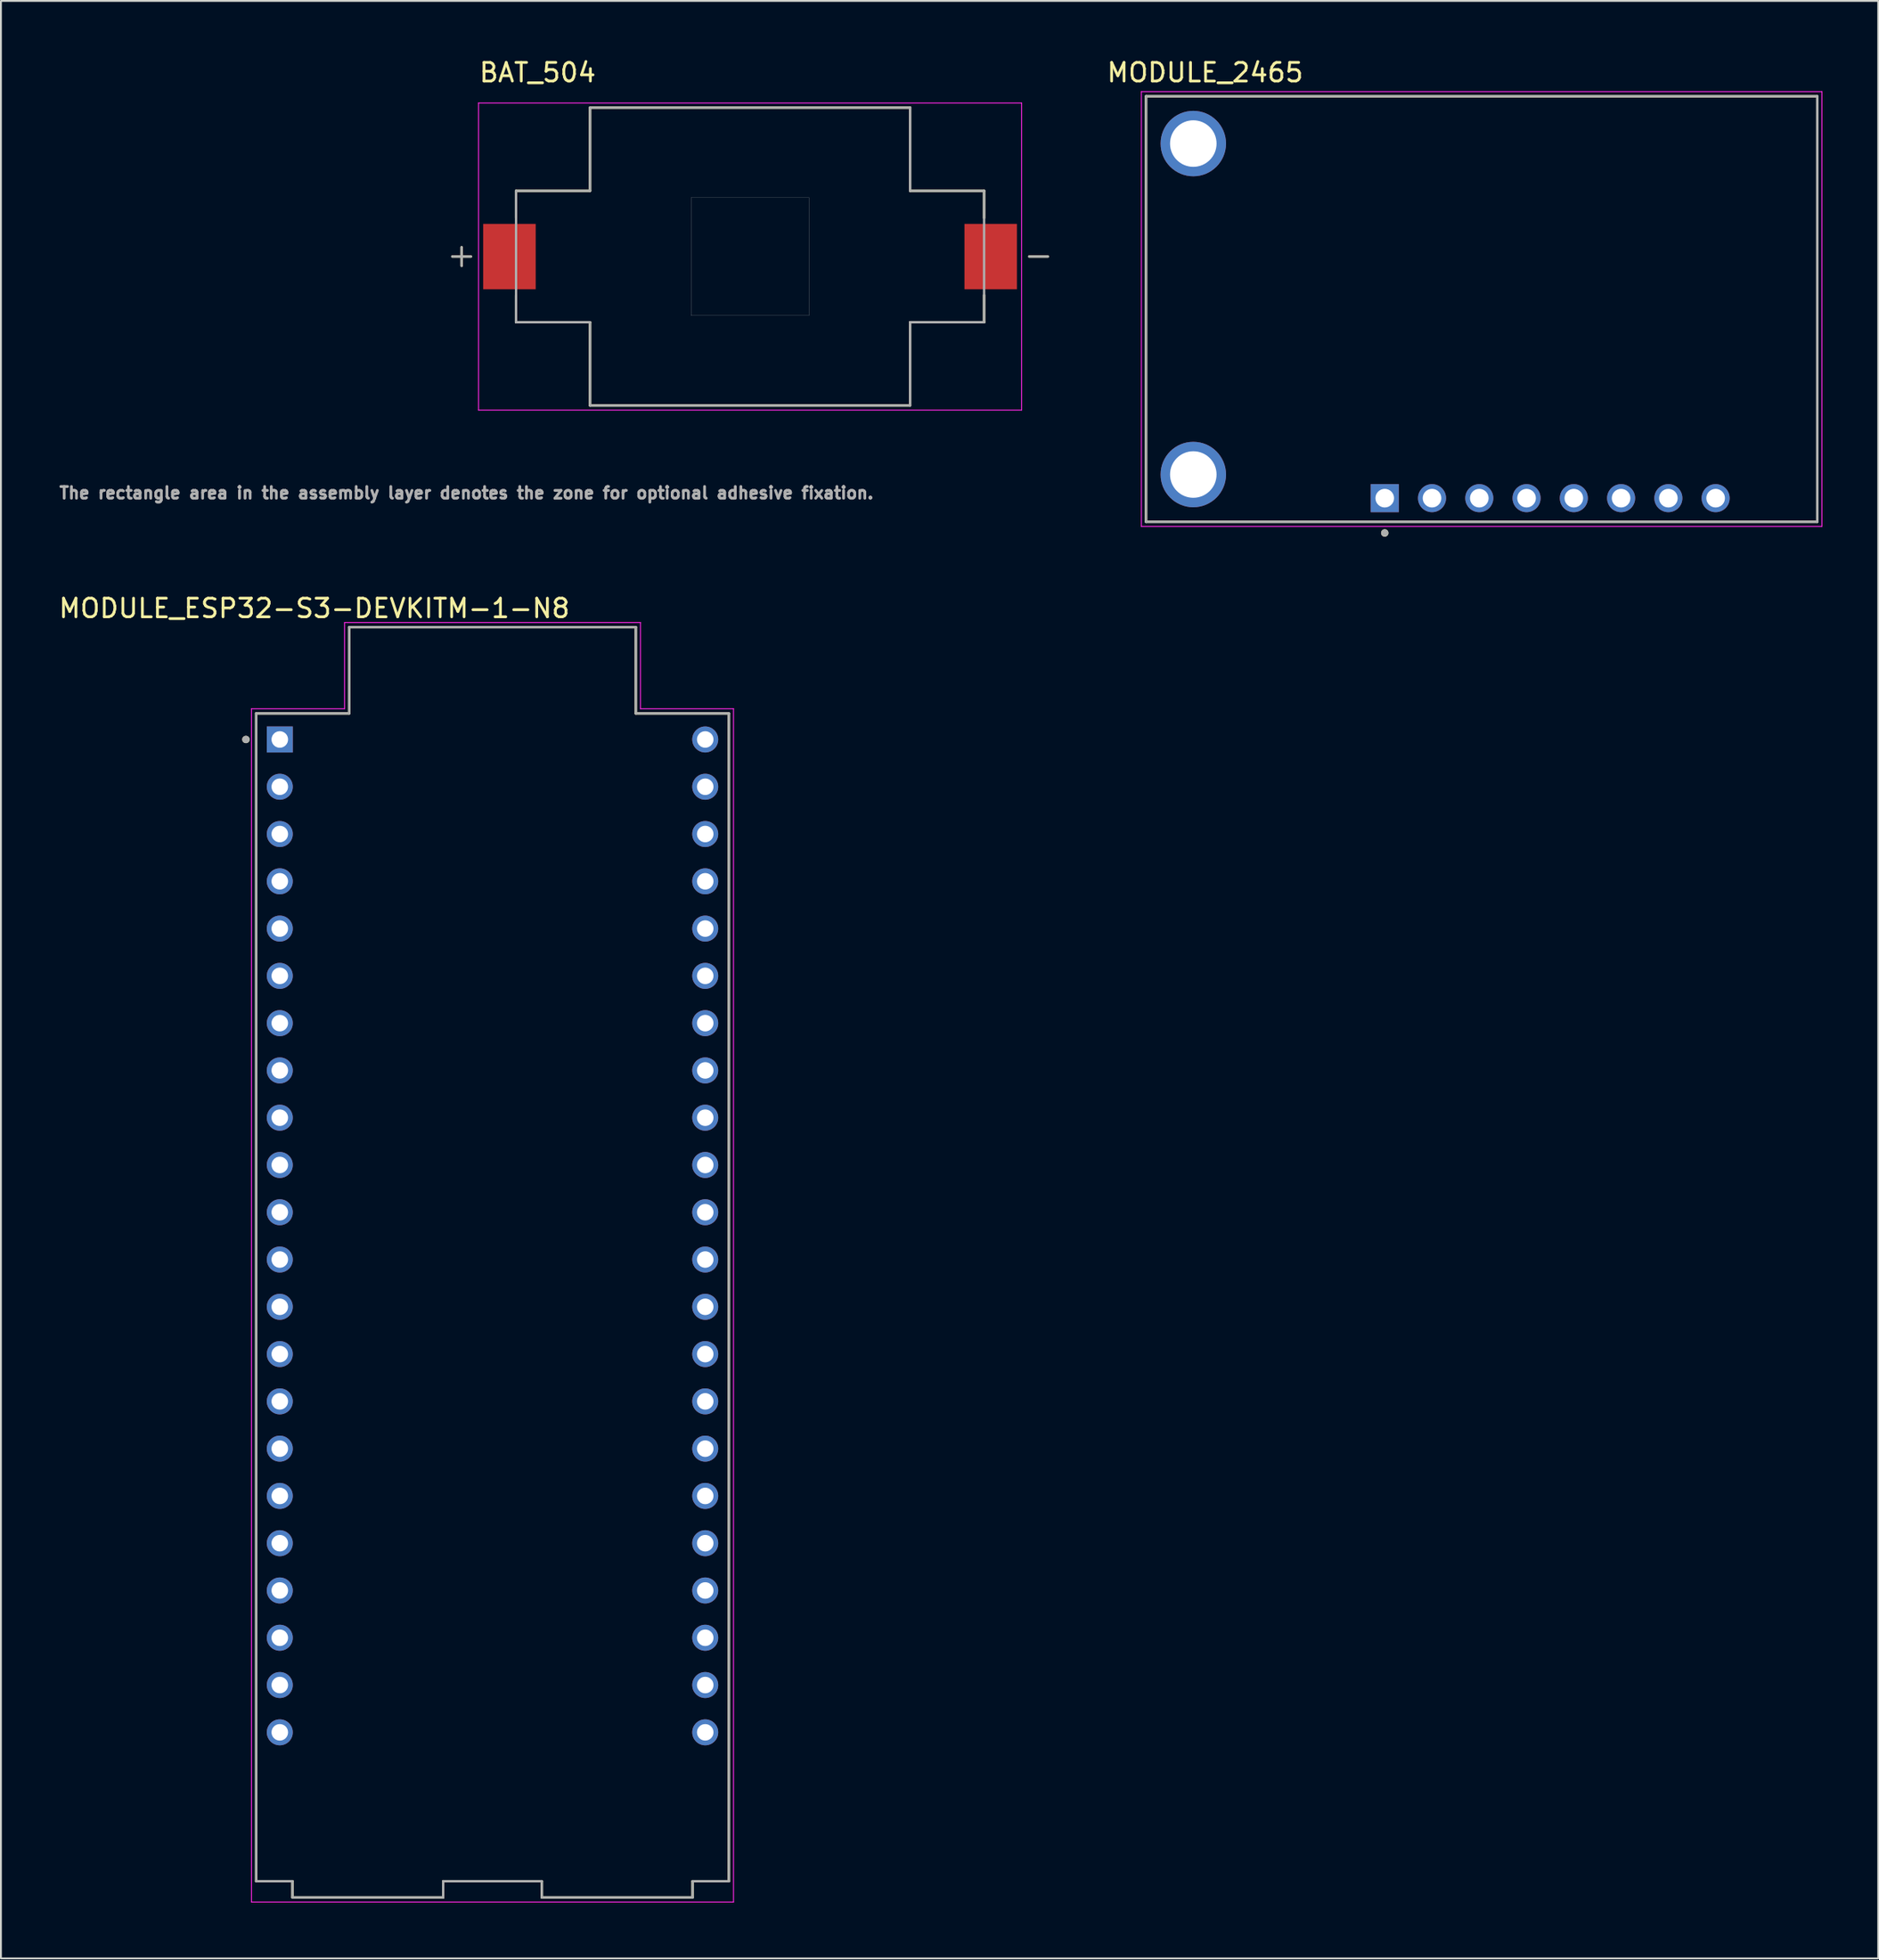
<source format=kicad_pcb>
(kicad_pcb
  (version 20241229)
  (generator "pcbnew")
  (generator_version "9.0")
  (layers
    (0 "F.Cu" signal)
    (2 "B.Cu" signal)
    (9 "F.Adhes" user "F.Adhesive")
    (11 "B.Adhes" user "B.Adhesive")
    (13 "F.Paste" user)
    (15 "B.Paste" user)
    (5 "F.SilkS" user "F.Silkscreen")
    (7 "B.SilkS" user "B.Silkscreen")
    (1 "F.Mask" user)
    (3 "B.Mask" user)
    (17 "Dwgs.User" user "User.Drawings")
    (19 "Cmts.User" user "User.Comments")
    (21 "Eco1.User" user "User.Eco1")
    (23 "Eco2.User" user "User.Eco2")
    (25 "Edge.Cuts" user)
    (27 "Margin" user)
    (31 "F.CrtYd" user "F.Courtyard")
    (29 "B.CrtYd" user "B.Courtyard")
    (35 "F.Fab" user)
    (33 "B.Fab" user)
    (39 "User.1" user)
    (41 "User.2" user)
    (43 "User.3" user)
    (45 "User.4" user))
  (footprint "MODULE_2465"
    (layer "F.Cu")
    (at 76.564 13.553)
    (property "Reference" "MODULE_2465" (at -14.859 -12.705 0) (layer "F.SilkS") (effects (font (size 1 1) (thickness 0.15))))
    (attr through_hole)
    (fp_line (start -18.034 -11.43) (end 18.034 -11.43) (stroke (width 0.127) (type solid)) (layer "F.SilkS"))
    (fp_line (start -18.034 11.43) (end -18.034 -11.43) (stroke (width 0.127) (type solid)) (layer "F.SilkS"))
    (fp_line (start 18.034 -11.43) (end 18.034 11.43) (stroke (width 0.127) (type solid)) (layer "F.SilkS"))
    (fp_line (start 18.034 11.43) (end -18.034 11.43) (stroke (width 0.127) (type solid)) (layer "F.SilkS"))
    (fp_circle (center -5.207 12.03) (end -5.107 12.03) (stroke (width 0.2) (type solid)) (fill no) (layer "F.SilkS"))
    (fp_line (start -18.284 -11.68) (end 18.284 -11.68) (stroke (width 0.05) (type solid)) (layer "F.CrtYd"))
    (fp_line (start -18.284 11.68) (end -18.284 -11.68) (stroke (width 0.05) (type solid)) (layer "F.CrtYd"))
    (fp_line (start 18.284 -11.68) (end 18.284 11.68) (stroke (width 0.05) (type solid)) (layer "F.CrtYd"))
    (fp_line (start 18.284 11.68) (end -18.284 11.68) (stroke (width 0.05) (type solid)) (layer "F.CrtYd"))
    (fp_line (start -18.034 -11.43) (end 18.034 -11.43) (stroke (width 0.127) (type solid)) (layer "F.Fab"))
    (fp_line (start -18.034 11.43) (end -18.034 -11.43) (stroke (width 0.127) (type solid)) (layer "F.Fab"))
    (fp_line (start 18.034 -11.43) (end 18.034 11.43) (stroke (width 0.127) (type solid)) (layer "F.Fab"))
    (fp_line (start 18.034 11.43) (end -18.034 11.43) (stroke (width 0.127) (type solid)) (layer "F.Fab"))
    (fp_circle (center -5.207 12.03) (end -5.107 12.03) (stroke (width 0.2) (type solid)) (fill no) (layer "F.Fab"))
    (pad "1" thru_hole rect (at -5.207 10.16) (size 1.508 1.508) (drill 1) (layers "*.Cu" "*.Mask"))
    (pad "2" thru_hole circle (at -2.667 10.16) (size 1.508 1.508) (drill 1) (layers "*.Cu" "*.Mask"))
    (pad "3" thru_hole circle (at -0.127 10.16) (size 1.508 1.508) (drill 1) (layers "*.Cu" "*.Mask"))
    (pad "4" thru_hole circle (at 2.413 10.16) (size 1.508 1.508) (drill 1) (layers "*.Cu" "*.Mask"))
    (pad "5" thru_hole circle (at 4.953 10.16) (size 1.508 1.508) (drill 1) (layers "*.Cu" "*.Mask"))
    (pad "6" thru_hole circle (at 7.493 10.16) (size 1.508 1.508) (drill 1) (layers "*.Cu" "*.Mask"))
    (pad "7" thru_hole circle (at 10.033 10.16) (size 1.508 1.508) (drill 1) (layers "*.Cu" "*.Mask"))
    (pad "8" thru_hole circle (at 12.573 10.16) (size 1.508 1.508) (drill 1) (layers "*.Cu" "*.Mask"))
    (pad "P1" thru_hole circle (at -15.494 8.89) (size 3.516 3.516) (drill 2.5) (layers "*.Cu" "*.Mask"))
    (pad "P2" thru_hole circle (at -15.494 -8.89) (size 3.516 3.516) (drill 2.5) (layers "*.Cu" "*.Mask")))
  (footprint "BAT_504"
    (layer "F.Cu")
    (at 37.254 10.733)
    (property "Reference" "BAT_504" (at -11.415 -9.885 0) (layer "F.SilkS") (effects (font (size 1 1) (thickness 0.15))))
    (attr smd)
    (fp_line (start -15.5 -0.5) (end -15.5 0.5) (stroke (width 0.127) (type solid)) (layer "F.SilkS"))
    (fp_line (start -15 0) (end -16 0) (stroke (width 0.127) (type solid)) (layer "F.SilkS"))
    (fp_line (start -12.575 -3.53) (end -8.6 -3.53) (stroke (width 0.127) (type solid)) (layer "F.SilkS"))
    (fp_line (start -12.575 -2.075) (end -12.575 -3.53) (stroke (width 0.127) (type solid)) (layer "F.SilkS"))
    (fp_line (start -12.575 3.53) (end -12.575 2.075) (stroke (width 0.127) (type solid)) (layer "F.SilkS"))
    (fp_line (start -8.6 -8) (end 8.6 -8) (stroke (width 0.127) (type solid)) (layer "F.SilkS"))
    (fp_line (start -8.6 -3.53) (end -8.6 -8) (stroke (width 0.127) (type solid)) (layer "F.SilkS"))
    (fp_line (start -8.6 3.53) (end -12.575 3.53) (stroke (width 0.127) (type solid)) (layer "F.SilkS"))
    (fp_line (start -8.6 8) (end -8.6 3.53) (stroke (width 0.127) (type solid)) (layer "F.SilkS"))
    (fp_line (start 8.6 -8) (end 8.6 -3.53) (stroke (width 0.127) (type solid)) (layer "F.SilkS"))
    (fp_line (start 8.6 -3.53) (end 12.575 -3.53) (stroke (width 0.127) (type solid)) (layer "F.SilkS"))
    (fp_line (start 8.6 3.53) (end 8.6 8) (stroke (width 0.127) (type solid)) (layer "F.SilkS"))
    (fp_line (start 8.6 8) (end -8.6 8) (stroke (width 0.127) (type solid)) (layer "F.SilkS"))
    (fp_line (start 12.575 -3.53) (end 12.575 -2.075) (stroke (width 0.127) (type solid)) (layer "F.SilkS"))
    (fp_line (start 12.575 3.53) (end 8.6 3.53) (stroke (width 0.127) (type solid)) (layer "F.SilkS"))
    (fp_line (start 12.575 3.53) (end 12.575 2.075) (stroke (width 0.127) (type solid)) (layer "F.SilkS"))
    (fp_line (start 15 0) (end 16 0) (stroke (width 0.127) (type solid)) (layer "F.SilkS"))
    (fp_line (start -14.59 -8.25) (end -14.59 8.25) (stroke (width 0.05) (type solid)) (layer "F.CrtYd"))
    (fp_line (start -14.59 8.25) (end 14.59 8.25) (stroke (width 0.05) (type solid)) (layer "F.CrtYd"))
    (fp_line (start 14.59 -8.25) (end -14.59 -8.25) (stroke (width 0.05) (type solid)) (layer "F.CrtYd"))
    (fp_line (start 14.59 8.25) (end 14.59 -8.25) (stroke (width 0.05) (type solid)) (layer "F.CrtYd"))
    (fp_line (start -16 0) (end -15 0) (stroke (width 0.127) (type solid)) (layer "F.Fab"))
    (fp_line (start -15.5 -0.5) (end -15.5 0.5) (stroke (width 0.127) (type solid)) (layer "F.Fab"))
    (fp_line (start -12.575 -3.53) (end -8.6 -3.53) (stroke (width 0.127) (type solid)) (layer "F.Fab"))
    (fp_line (start -12.575 3.53) (end -12.575 -3.53) (stroke (width 0.127) (type solid)) (layer "F.Fab"))
    (fp_line (start -8.6 -8) (end 8.6 -8) (stroke (width 0.127) (type solid)) (layer "F.Fab"))
    (fp_line (start -8.6 -3.53) (end -8.6 -8) (stroke (width 0.127) (type solid)) (layer "F.Fab"))
    (fp_line (start -8.6 3.53) (end -12.575 3.53) (stroke (width 0.127) (type solid)) (layer "F.Fab"))
    (fp_line (start -8.6 8) (end -8.6 3.53) (stroke (width 0.127) (type solid)) (layer "F.Fab"))
    (fp_line (start 8.6 -8) (end 8.6 -3.53) (stroke (width 0.127) (type solid)) (layer "F.Fab"))
    (fp_line (start 8.6 -3.53) (end 12.575 -3.53) (stroke (width 0.127) (type solid)) (layer "F.Fab"))
    (fp_line (start 8.6 3.53) (end 8.6 8) (stroke (width 0.127) (type solid)) (layer "F.Fab"))
    (fp_line (start 8.6 8) (end -8.6 8) (stroke (width 0.127) (type solid)) (layer "F.Fab"))
    (fp_line (start 12.575 -3.53) (end 12.575 3.53) (stroke (width 0.127) (type solid)) (layer "F.Fab"))
    (fp_line (start 12.575 3.53) (end 8.6 3.53) (stroke (width 0.127) (type solid)) (layer "F.Fab"))
    (fp_line (start 15 0) (end 16 0) (stroke (width 0.127) (type solid)) (layer "F.Fab"))
    (fp_poly (pts (xy -3.17 -3.17) (xy 3.17 -3.17) (xy 3.17 3.17) (xy -3.17 3.17)) (stroke (width 0.01) (type solid)) (fill no) (layer "F.Fab"))
    (fp_text user "The rectangle area in the assembly layer denotes the zone for optional adhesive fixation." (at -15.24 12.7 0) (layer "F.Fab") (effects (font (size 0.63 0.63) (thickness 0.15))))
    (pad "N" smd rect (at 12.93 0) (size 2.82 3.51) (layers "F.Cu" "F.Mask" "F.Paste"))
    (pad "P" smd rect (at -12.93 0) (size 2.82 3.51) (layers "F.Cu" "F.Mask" "F.Paste")))
  (footprint "MODULE_ESP32-S3-DEVKITM-1-N8"
    (layer "F.Cu")
    (at 23.414 66.647)
    (property "Reference" "MODULE_ESP32-S3-DEVKITM-1-N8" (at -9.575 -37.015 0) (layer "F.SilkS") (effects (font (size 1 1) (thickness 0.15))))
    (attr through_hole)
    (fp_line (start -12.7 -31.37) (end -7.7 -31.37) (stroke (width 0.127) (type solid)) (layer "F.SilkS"))
    (fp_line (start -12.7 31.37) (end -12.7 -31.37) (stroke (width 0.127) (type solid)) (layer "F.SilkS"))
    (fp_line (start -10.75 31.37) (end -12.7 31.37) (stroke (width 0.127) (type solid)) (layer "F.SilkS"))
    (fp_line (start -10.75 31.37) (end -10.75 32.24) (stroke (width 0.127) (type solid)) (layer "F.SilkS"))
    (fp_line (start -10.75 32.24) (end -2.65 32.24) (stroke (width 0.127) (type solid)) (layer "F.SilkS"))
    (fp_line (start -7.7 -36.003) (end 7.7 -36.003) (stroke (width 0.127) (type solid)) (layer "F.SilkS"))
    (fp_line (start -7.7 -31.37) (end -7.7 -36.003) (stroke (width 0.127) (type solid)) (layer "F.SilkS"))
    (fp_line (start -2.65 32.24) (end -2.65 31.37) (stroke (width 0.127) (type solid)) (layer "F.SilkS"))
    (fp_line (start 2.65 31.37) (end -2.65 31.37) (stroke (width 0.127) (type solid)) (layer "F.SilkS"))
    (fp_line (start 2.65 31.37) (end 2.65 32.24) (stroke (width 0.127) (type solid)) (layer "F.SilkS"))
    (fp_line (start 2.65 32.24) (end 10.75 32.24) (stroke (width 0.127) (type solid)) (layer "F.SilkS"))
    (fp_line (start 7.7 -36.003) (end 7.7 -31.37) (stroke (width 0.127) (type solid)) (layer "F.SilkS"))
    (fp_line (start 7.7 -31.37) (end 12.7 -31.37) (stroke (width 0.127) (type solid)) (layer "F.SilkS"))
    (fp_line (start 10.75 32.24) (end 10.75 31.37) (stroke (width 0.127) (type solid)) (layer "F.SilkS"))
    (fp_line (start 12.7 -31.37) (end 12.7 31.37) (stroke (width 0.127) (type solid)) (layer "F.SilkS"))
    (fp_line (start 12.7 31.37) (end 10.75 31.37) (stroke (width 0.127) (type solid)) (layer "F.SilkS"))
    (fp_circle (center -13.25 -29.97) (end -13.15 -29.97) (stroke (width 0.2) (type solid)) (fill no) (layer "F.SilkS"))
    (fp_line (start -12.95 -31.62) (end -7.95 -31.62) (stroke (width 0.05) (type solid)) (layer "F.CrtYd"))
    (fp_line (start -12.95 32.49) (end -12.95 -31.62) (stroke (width 0.05) (type solid)) (layer "F.CrtYd"))
    (fp_line (start -7.95 -36.253) (end 7.95 -36.253) (stroke (width 0.05) (type solid)) (layer "F.CrtYd"))
    (fp_line (start -7.95 -31.62) (end -7.95 -36.253) (stroke (width 0.05) (type solid)) (layer "F.CrtYd"))
    (fp_line (start 7.95 -36.253) (end 7.95 -31.62) (stroke (width 0.05) (type solid)) (layer "F.CrtYd"))
    (fp_line (start 7.95 -31.62) (end 12.95 -31.62) (stroke (width 0.05) (type solid)) (layer "F.CrtYd"))
    (fp_line (start 12.95 -31.62) (end 12.95 32.49) (stroke (width 0.05) (type solid)) (layer "F.CrtYd"))
    (fp_line (start 12.95 32.49) (end -12.95 32.49) (stroke (width 0.05) (type solid)) (layer "F.CrtYd"))
    (fp_line (start -12.7 -31.37) (end -7.7 -31.37) (stroke (width 0.127) (type solid)) (layer "F.Fab"))
    (fp_line (start -12.7 31.37) (end -12.7 -31.37) (stroke (width 0.127) (type solid)) (layer "F.Fab"))
    (fp_line (start -10.75 31.37) (end -12.7 31.37) (stroke (width 0.127) (type solid)) (layer "F.Fab"))
    (fp_line (start -10.75 31.37) (end -10.75 32.24) (stroke (width 0.127) (type solid)) (layer "F.Fab"))
    (fp_line (start -10.75 32.24) (end -2.65 32.24) (stroke (width 0.127) (type solid)) (layer "F.Fab"))
    (fp_line (start -7.7 -36.003) (end 7.7 -36.003) (stroke (width 0.127) (type solid)) (layer "F.Fab"))
    (fp_line (start -7.7 -31.37) (end -7.7 -36.003) (stroke (width 0.127) (type solid)) (layer "F.Fab"))
    (fp_line (start -2.65 32.24) (end -2.65 31.37) (stroke (width 0.127) (type solid)) (layer "F.Fab"))
    (fp_line (start 2.65 31.37) (end -2.65 31.37) (stroke (width 0.127) (type solid)) (layer "F.Fab"))
    (fp_line (start 2.65 31.37) (end 2.65 32.24) (stroke (width 0.127) (type solid)) (layer "F.Fab"))
    (fp_line (start 2.65 32.24) (end 10.75 32.24) (stroke (width 0.127) (type solid)) (layer "F.Fab"))
    (fp_line (start 7.7 -36.003) (end 7.7 -31.37) (stroke (width 0.127) (type solid)) (layer "F.Fab"))
    (fp_line (start 7.7 -31.37) (end 12.7 -31.37) (stroke (width 0.127) (type solid)) (layer "F.Fab"))
    (fp_line (start 10.75 32.24) (end 10.75 31.37) (stroke (width 0.127) (type solid)) (layer "F.Fab"))
    (fp_line (start 12.7 -31.37) (end 12.7 31.37) (stroke (width 0.127) (type solid)) (layer "F.Fab"))
    (fp_line (start 12.7 31.37) (end 10.75 31.37) (stroke (width 0.127) (type solid)) (layer "F.Fab"))
    (fp_circle (center -13.25 -29.97) (end -13.15 -29.97) (stroke (width 0.2) (type solid)) (fill no) (layer "F.Fab"))
    (pad "J1_1" thru_hole rect (at -11.43 -29.97) (size 1.397 1.397) (drill 0.889) (layers "*.Cu" "*.Mask"))
    (pad "J1_2" thru_hole circle (at -11.43 -27.43) (size 1.397 1.397) (drill 0.889) (layers "*.Cu" "*.Mask"))
    (pad "J1_3" thru_hole circle (at -11.43 -24.89) (size 1.397 1.397) (drill 0.889) (layers "*.Cu" "*.Mask"))
    (pad "J1_4" thru_hole circle (at -11.43 -22.35) (size 1.397 1.397) (drill 0.889) (layers "*.Cu" "*.Mask"))
    (pad "J1_5" thru_hole circle (at -11.43 -19.81) (size 1.397 1.397) (drill 0.889) (layers "*.Cu" "*.Mask"))
    (pad "J1_6" thru_hole circle (at -11.43 -17.27) (size 1.397 1.397) (drill 0.889) (layers "*.Cu" "*.Mask"))
    (pad "J1_7" thru_hole circle (at -11.43 -14.73) (size 1.397 1.397) (drill 0.889) (layers "*.Cu" "*.Mask"))
    (pad "J1_8" thru_hole circle (at -11.43 -12.19) (size 1.397 1.397) (drill 0.889) (layers "*.Cu" "*.Mask"))
    (pad "J1_9" thru_hole circle (at -11.43 -9.65) (size 1.397 1.397) (drill 0.889) (layers "*.Cu" "*.Mask"))
    (pad "J1_10" thru_hole circle (at -11.43 -7.11) (size 1.397 1.397) (drill 0.889) (layers "*.Cu" "*.Mask"))
    (pad "J1_11" thru_hole circle (at -11.43 -4.57) (size 1.397 1.397) (drill 0.889) (layers "*.Cu" "*.Mask"))
    (pad "J1_12" thru_hole circle (at -11.43 -2.03) (size 1.397 1.397) (drill 0.889) (layers "*.Cu" "*.Mask"))
    (pad "J1_13" thru_hole circle (at -11.43 0.51) (size 1.397 1.397) (drill 0.889) (layers "*.Cu" "*.Mask"))
    (pad "J1_14" thru_hole circle (at -11.43 3.05) (size 1.397 1.397) (drill 0.889) (layers "*.Cu" "*.Mask"))
    (pad "J1_15" thru_hole circle (at -11.43 5.59) (size 1.397 1.397) (drill 0.889) (layers "*.Cu" "*.Mask"))
    (pad "J1_16" thru_hole circle (at -11.43 8.13) (size 1.397 1.397) (drill 0.889) (layers "*.Cu" "*.Mask"))
    (pad "J1_17" thru_hole circle (at -11.43 10.67) (size 1.397 1.397) (drill 0.889) (layers "*.Cu" "*.Mask"))
    (pad "J1_18" thru_hole circle (at -11.43 13.21) (size 1.397 1.397) (drill 0.889) (layers "*.Cu" "*.Mask"))
    (pad "J1_19" thru_hole circle (at -11.43 15.75) (size 1.397 1.397) (drill 0.889) (layers "*.Cu" "*.Mask"))
    (pad "J1_20" thru_hole circle (at -11.43 18.29) (size 1.397 1.397) (drill 0.889) (layers "*.Cu" "*.Mask"))
    (pad "J1_21" thru_hole circle (at -11.43 20.83) (size 1.397 1.397) (drill 0.889) (layers "*.Cu" "*.Mask"))
    (pad "J1_22" thru_hole circle (at -11.43 23.37) (size 1.397 1.397) (drill 0.889) (layers "*.Cu" "*.Mask"))
    (pad "J3_1" thru_hole circle (at 11.43 -29.97) (size 1.397 1.397) (drill 0.889) (layers "*.Cu" "*.Mask"))
    (pad "J3_2" thru_hole circle (at 11.43 -27.43) (size 1.397 1.397) (drill 0.889) (layers "*.Cu" "*.Mask"))
    (pad "J3_3" thru_hole circle (at 11.43 -24.89) (size 1.397 1.397) (drill 0.889) (layers "*.Cu" "*.Mask"))
    (pad "J3_4" thru_hole circle (at 11.43 -22.35) (size 1.397 1.397) (drill 0.889) (layers "*.Cu" "*.Mask"))
    (pad "J3_5" thru_hole circle (at 11.43 -19.81) (size 1.397 1.397) (drill 0.889) (layers "*.Cu" "*.Mask"))
    (pad "J3_6" thru_hole circle (at 11.43 -17.27) (size 1.397 1.397) (drill 0.889) (layers "*.Cu" "*.Mask"))
    (pad "J3_7" thru_hole circle (at 11.43 -14.73) (size 1.397 1.397) (drill 0.889) (layers "*.Cu" "*.Mask"))
    (pad "J3_8" thru_hole circle (at 11.43 -12.19) (size 1.397 1.397) (drill 0.889) (layers "*.Cu" "*.Mask"))
    (pad "J3_9" thru_hole circle (at 11.43 -9.65) (size 1.397 1.397) (drill 0.889) (layers "*.Cu" "*.Mask"))
    (pad "J3_10" thru_hole circle (at 11.43 -7.11) (size 1.397 1.397) (drill 0.889) (layers "*.Cu" "*.Mask"))
    (pad "J3_11" thru_hole circle (at 11.43 -4.57) (size 1.397 1.397) (drill 0.889) (layers "*.Cu" "*.Mask"))
    (pad "J3_12" thru_hole circle (at 11.43 -2.03) (size 1.397 1.397) (drill 0.889) (layers "*.Cu" "*.Mask"))
    (pad "J3_13" thru_hole circle (at 11.43 0.51) (size 1.397 1.397) (drill 0.889) (layers "*.Cu" "*.Mask"))
    (pad "J3_14" thru_hole circle (at 11.43 3.05) (size 1.397 1.397) (drill 0.889) (layers "*.Cu" "*.Mask"))
    (pad "J3_15" thru_hole circle (at 11.43 5.59) (size 1.397 1.397) (drill 0.889) (layers "*.Cu" "*.Mask"))
    (pad "J3_16" thru_hole circle (at 11.43 8.13) (size 1.397 1.397) (drill 0.889) (layers "*.Cu" "*.Mask"))
    (pad "J3_17" thru_hole circle (at 11.43 10.67) (size 1.397 1.397) (drill 0.889) (layers "*.Cu" "*.Mask"))
    (pad "J3_18" thru_hole circle (at 11.43 13.21) (size 1.397 1.397) (drill 0.889) (layers "*.Cu" "*.Mask"))
    (pad "J3_19" thru_hole circle (at 11.43 15.75) (size 1.397 1.397) (drill 0.889) (layers "*.Cu" "*.Mask"))
    (pad "J3_20" thru_hole circle (at 11.43 18.29) (size 1.397 1.397) (drill 0.889) (layers "*.Cu" "*.Mask"))
    (pad "J3_21" thru_hole circle (at 11.43 20.83) (size 1.397 1.397) (drill 0.889) (layers "*.Cu" "*.Mask"))
    (pad "J3_22" thru_hole circle (at 11.43 23.37) (size 1.397 1.397) (drill 0.889) (layers "*.Cu" "*.Mask")))
  (gr_rect
    (start -3 -3)
    (end 97.873 102.162)
    (stroke (width 0.1) (type default))
    (fill no)
    (layer "Edge.Cuts")))
</source>
